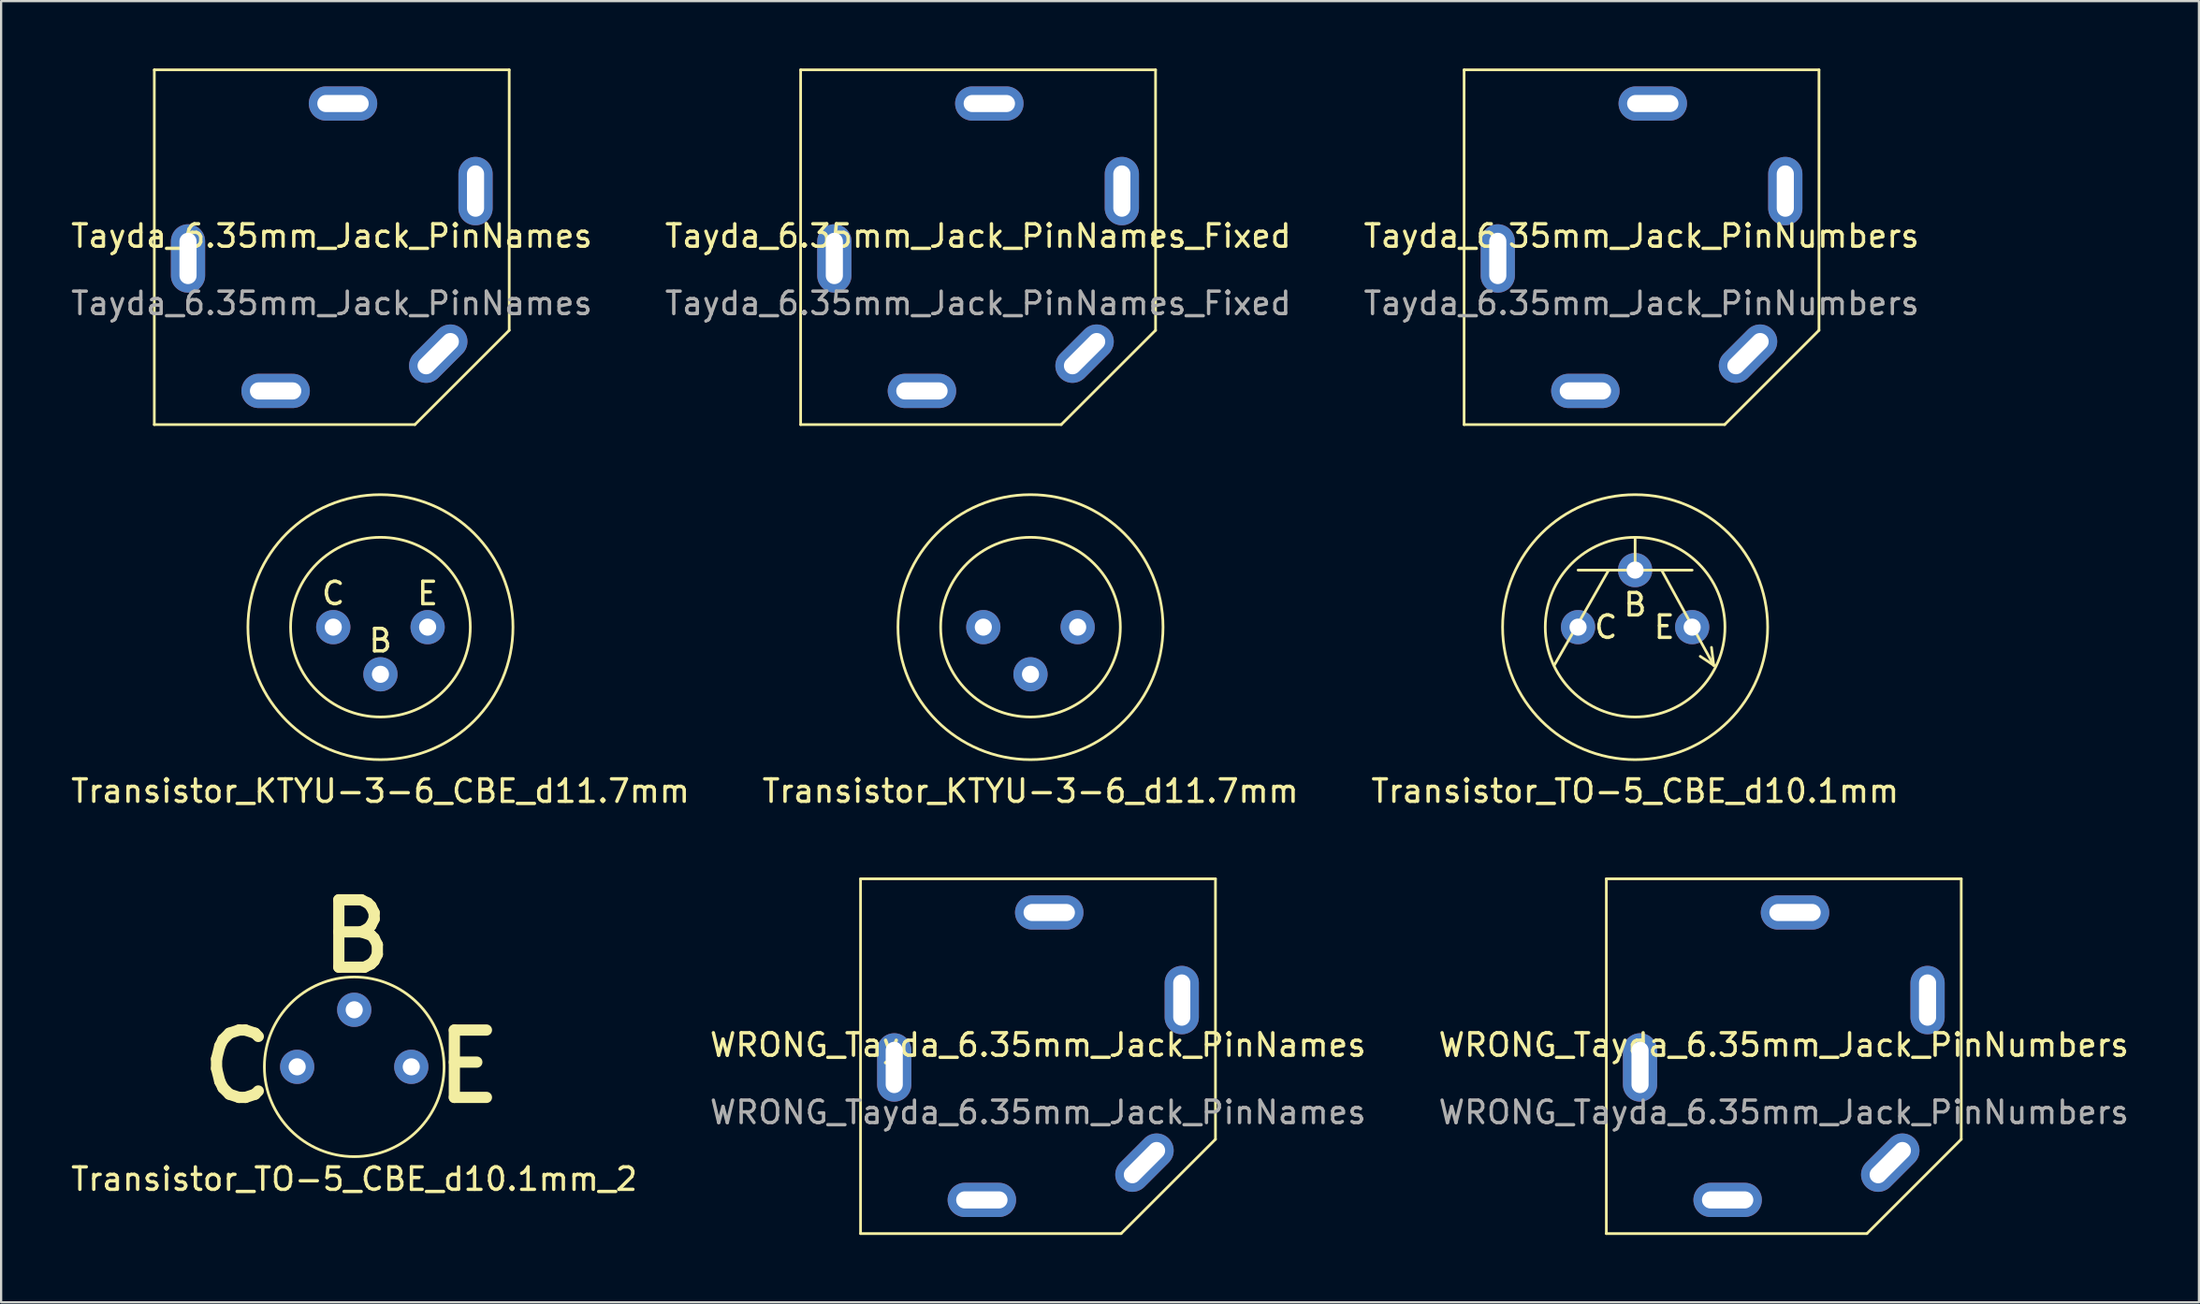
<source format=kicad_pcb>
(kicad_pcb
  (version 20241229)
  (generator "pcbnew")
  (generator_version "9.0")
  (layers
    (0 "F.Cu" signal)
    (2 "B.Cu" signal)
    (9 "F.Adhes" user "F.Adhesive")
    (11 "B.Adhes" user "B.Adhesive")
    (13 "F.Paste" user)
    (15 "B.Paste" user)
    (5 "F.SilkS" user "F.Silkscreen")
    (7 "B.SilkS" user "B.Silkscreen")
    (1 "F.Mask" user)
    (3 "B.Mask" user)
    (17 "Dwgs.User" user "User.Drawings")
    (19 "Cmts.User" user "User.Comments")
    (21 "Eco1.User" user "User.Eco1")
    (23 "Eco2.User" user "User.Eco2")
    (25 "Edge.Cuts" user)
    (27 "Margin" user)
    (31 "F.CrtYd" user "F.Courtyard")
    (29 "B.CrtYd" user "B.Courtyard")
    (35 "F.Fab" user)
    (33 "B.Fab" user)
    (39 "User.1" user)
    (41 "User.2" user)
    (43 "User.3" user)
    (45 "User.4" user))
  (footprint "Transistor_KTYU-3-6_CBE_d11.7mm"
    (layer "F.Cu")
    (at 13.887 24.88)
    (property "Reference" "Transistor_KTYU-3-6_CBE_d11.7mm" (at 0 7.3 0) (layer "F.SilkS") (effects (font (size 1 1) (thickness 0.15))))
    (attr through_hole)
    (fp_circle (center 0 0) (end 0 4) (stroke (width 0.12) (type solid)) (fill no) (layer "F.SilkS"))
    (fp_circle (center 0 0) (end 0 5.9) (stroke (width 0.12) (type solid)) (fill no) (layer "F.SilkS"))
    (fp_text user "C" (at -2.1 -1.5 0) (layer "F.SilkS") (effects (font (size 1 1) (thickness 0.15))))
    (fp_text user "B" (at 0 0.6 0) (layer "F.SilkS") (effects (font (size 1 1) (thickness 0.15))))
    (fp_text user "E" (at 2.1 -1.5 0) (layer "F.SilkS") (effects (font (size 1 1) (thickness 0.15))))
    (pad "1" thru_hole circle (at -2.1 0) (size 1.524 1.524) (drill 0.762) (layers "*.Cu" "*.Mask"))
    (pad "2" thru_hole circle (at 0 2.1) (size 1.524 1.524) (drill 0.762) (layers "*.Cu" "*.Mask"))
    (pad "3" thru_hole circle (at 2.1 0) (size 1.524 1.524) (drill 0.762) (layers "*.Cu" "*.Mask")))
  (footprint "WRONG_Tayda_6.35mm_Jack_PinNumbers"
    (layer "F.Cu")
    (at 76.363 43.988)
    (property "Reference" "WRONG_Tayda_6.35mm_Jack_PinNumbers" (at 0 -0.5 0) (unlocked yes) (layer "F.SilkS") (effects (font (size 1 1) (thickness 0.15))))
    (attr through_hole)
    (fp_line (start -7.9 -7.9) (end 7.9 -7.9) (stroke (width 0.12) (type solid)) (layer "F.SilkS"))
    (fp_line (start -7.9 7.9) (end -7.9 -7.9) (stroke (width 0.12) (type solid)) (layer "F.SilkS"))
    (fp_line (start 3.7 7.9) (end -7.9 7.9) (stroke (width 0.12) (type solid)) (layer "F.SilkS"))
    (fp_line (start 7.9 -7.9) (end 7.9 3.7) (stroke (width 0.12) (type solid)) (layer "F.SilkS"))
    (fp_line (start 7.9 3.7) (end 3.7 7.9) (stroke (width 0.12) (type solid)) (layer "F.SilkS"))
    (fp_text user "${REFERENCE}" (at 0 2.5 0) (unlocked yes) (layer "F.Fab") (effects (font (size 1 1) (thickness 0.15))))
    (pad "1" thru_hole oval (at 4.74 4.74 225) (size 3.048 1.524) (drill oval 2.286 0.762) (layers "*.Cu" "*.Mask"))
    (pad "2" thru_hole oval (at 0.5 -6.4) (size 3.048 1.524) (drill oval 2.286 0.762) (layers "*.Cu" "*.Mask"))
    (pad "3" thru_hole oval (at -6.4 0.5 90) (size 3.048 1.524) (drill oval 2.286 0.762) (layers "*.Cu" "*.Mask"))
    (pad "4" thru_hole oval (at 6.4 -2.5 270) (size 3.048 1.524) (drill oval 2.286 0.762) (layers "*.Cu" "*.Mask"))
    (pad "5" thru_hole oval (at -2.5 6.4 180) (size 3.048 1.524) (drill oval 2.286 0.762) (layers "*.Cu" "*.Mask")))
  (footprint "Tayda_6.35mm_Jack_PinNames"
    (layer "F.Cu")
    (at 11.72 7.96)
    (property "Reference" "Tayda_6.35mm_Jack_PinNames" (at 0 -0.5 0) (unlocked yes) (layer "F.SilkS") (effects (font (size 1 1) (thickness 0.15))))
    (attr through_hole)
    (fp_line (start -7.9 -7.9) (end 7.9 -7.9) (stroke (width 0.12) (type solid)) (layer "F.SilkS"))
    (fp_line (start -7.9 7.9) (end -7.9 -7.9) (stroke (width 0.12) (type solid)) (layer "F.SilkS"))
    (fp_line (start 3.7 7.9) (end -7.9 7.9) (stroke (width 0.12) (type solid)) (layer "F.SilkS"))
    (fp_line (start 7.9 -7.9) (end 7.9 3.7) (stroke (width 0.12) (type solid)) (layer "F.SilkS"))
    (fp_line (start 7.9 3.7) (end 3.7 7.9) (stroke (width 0.12) (type solid)) (layer "F.SilkS"))
    (fp_text user "${REFERENCE}" (at 0 2.5 0) (unlocked yes) (layer "F.Fab") (effects (font (size 1 1) (thickness 0.15))))
    (pad "G" thru_hole oval (at 4.74 4.74 225) (size 3.048 1.524) (drill oval 2.286 0.762) (layers "*.Cu" "*.Mask"))
    (pad "S" thru_hole oval (at -6.4 0.5 90) (size 3.048 1.524) (drill oval 2.286 0.762) (layers "*.Cu" "*.Mask"))
    (pad "SN" thru_hole oval (at -2.5 6.4 180) (size 3.048 1.524) (drill oval 2.286 0.762) (layers "*.Cu" "*.Mask"))
    (pad "T" thru_hole oval (at 0.5 -6.4) (size 3.048 1.524) (drill oval 2.286 0.762) (layers "*.Cu" "*.Mask"))
    (pad "TN" thru_hole oval (at 6.4 -2.5 270) (size 3.048 1.524) (drill oval 2.286 0.762) (layers "*.Cu" "*.Mask")))
  (footprint "Transistor_TO-5_CBE_d10.1mm_2"
    (layer "F.Cu")
    (at 12.72 44.461)
    (property "Reference" "Transistor_TO-5_CBE_d10.1mm_2" (at 0 5 0) (layer "F.SilkS") (effects (font (size 1 1) (thickness 0.15))))
    (attr through_hole)
    (fp_circle (center 0 0) (end 0 4) (stroke (width 0.12) (type solid)) (fill no) (layer "F.SilkS"))
    (fp_text user "C" (at -5.2 0 0) (layer "F.SilkS") (effects (font (size 3 3) (thickness 0.5))))
    (fp_text user "E" (at 5.1 0 0) (layer "F.SilkS") (effects (font (size 3 3) (thickness 0.5))))
    (fp_text user "B" (at 0.1 -5.8 0) (layer "F.SilkS") (effects (font (size 3 3) (thickness 0.5))))
    (pad "1" thru_hole circle (at -2.54 0) (size 1.524 1.524) (drill 0.762) (layers "*.Cu" "*.Mask"))
    (pad "2" thru_hole circle (at 0 -2.54) (size 1.524 1.524) (drill 0.762) (layers "*.Cu" "*.Mask"))
    (pad "3" thru_hole circle (at 2.54 0) (size 1.524 1.524) (drill 0.762) (layers "*.Cu" "*.Mask")))
  (footprint "Transistor_KTYU-3-6_d11.7mm"
    (layer "F.Cu")
    (at 42.827 24.88)
    (property "Reference" "Transistor_KTYU-3-6_d11.7mm" (at 0 7.3 0) (layer "F.SilkS") (effects (font (size 1 1) (thickness 0.15))))
    (attr through_hole)
    (fp_circle (center 0 0) (end 0 4) (stroke (width 0.12) (type solid)) (fill no) (layer "F.SilkS"))
    (fp_circle (center 0 0) (end 0 5.9) (stroke (width 0.12) (type solid)) (fill no) (layer "F.SilkS"))
    (pad "1" thru_hole circle (at -2.1 0) (size 1.524 1.524) (drill 0.762) (layers "*.Cu" "*.Mask"))
    (pad "2" thru_hole circle (at 0 2.1) (size 1.524 1.524) (drill 0.762) (layers "*.Cu" "*.Mask"))
    (pad "3" thru_hole circle (at 2.1 0) (size 1.524 1.524) (drill 0.762) (layers "*.Cu" "*.Mask")))
  (footprint "WRONG_Tayda_6.35mm_Jack_PinNames"
    (layer "F.Cu")
    (at 43.161 43.988)
    (property "Reference" "WRONG_Tayda_6.35mm_Jack_PinNames" (at 0 -0.5 0) (unlocked yes) (layer "F.SilkS") (effects (font (size 1 1) (thickness 0.15))))
    (attr through_hole)
    (fp_line (start -7.9 -7.9) (end 7.9 -7.9) (stroke (width 0.12) (type solid)) (layer "F.SilkS"))
    (fp_line (start -7.9 7.9) (end -7.9 -7.9) (stroke (width 0.12) (type solid)) (layer "F.SilkS"))
    (fp_line (start 3.7 7.9) (end -7.9 7.9) (stroke (width 0.12) (type solid)) (layer "F.SilkS"))
    (fp_line (start 7.9 -7.9) (end 7.9 3.7) (stroke (width 0.12) (type solid)) (layer "F.SilkS"))
    (fp_line (start 7.9 3.7) (end 3.7 7.9) (stroke (width 0.12) (type solid)) (layer "F.SilkS"))
    (fp_text user "${REFERENCE}" (at 0 2.5 0) (unlocked yes) (layer "F.Fab") (effects (font (size 1 1) (thickness 0.15))))
    (pad "G" thru_hole oval (at 4.74 4.74 225) (size 3.048 1.524) (drill oval 2.286 0.762) (layers "*.Cu" "*.Mask"))
    (pad "S" thru_hole oval (at -6.4 0.5 90) (size 3.048 1.524) (drill oval 2.286 0.762) (layers "*.Cu" "*.Mask"))
    (pad "SN" thru_hole oval (at -2.5 6.4 180) (size 3.048 1.524) (drill oval 2.286 0.762) (layers "*.Cu" "*.Mask"))
    (pad "T" thru_hole oval (at 0.5 -6.4) (size 3.048 1.524) (drill oval 2.286 0.762) (layers "*.Cu" "*.Mask"))
    (pad "TN" thru_hole oval (at 6.4 -2.5 270) (size 3.048 1.524) (drill oval 2.286 0.762) (layers "*.Cu" "*.Mask")))
  (footprint "Transistor_TO-5_CBE_d10.1mm"
    (layer "F.Cu")
    (at 69.744 24.88)
    (property "Reference" "Transistor_TO-5_CBE_d10.1mm" (at 0 7.3 0) (layer "F.SilkS") (effects (font (size 1 1) (thickness 0.15))))
    (attr through_hole)
    (fp_line (start -2.54 -2.54) (end 2.54 -2.54) (stroke (width 0.12) (type solid)) (layer "F.SilkS"))
    (fp_line (start -1.2 -2.5) (end -3.6 1.7) (stroke (width 0.12) (type solid)) (layer "F.SilkS"))
    (fp_line (start 0 -2.6) (end 0 -4) (stroke (width 0.12) (type solid)) (layer "F.SilkS"))
    (fp_line (start 1.2 -2.5) (end 3.5 1.7) (stroke (width 0.12) (type solid)) (layer "F.SilkS"))
    (fp_line (start 3.5 1.7) (end 2.9 1.3) (stroke (width 0.12) (type solid)) (layer "F.SilkS"))
    (fp_line (start 3.5 1.7) (end 3.4 0.9) (stroke (width 0.12) (type solid)) (layer "F.SilkS"))
    (fp_circle (center 0 0) (end 0 4) (stroke (width 0.12) (type solid)) (fill no) (layer "F.SilkS"))
    (fp_circle (center 0 0) (end 0 5.9) (stroke (width 0.12) (type solid)) (fill no) (layer "F.SilkS"))
    (fp_text user "B" (at 0 -1 0) (layer "F.SilkS") (effects (font (size 1 1) (thickness 0.15))))
    (fp_text user "E" (at 1.3 0 0) (layer "F.SilkS") (effects (font (size 1 1) (thickness 0.15))))
    (fp_text user "C" (at -1.3 0 0) (layer "F.SilkS") (effects (font (size 1 1) (thickness 0.15))))
    (pad "1" thru_hole circle (at -2.54 0) (size 1.524 1.524) (drill 0.762) (layers "*.Cu" "*.Mask"))
    (pad "2" thru_hole circle (at 0 -2.54) (size 1.524 1.524) (drill 0.762) (layers "*.Cu" "*.Mask"))
    (pad "3" thru_hole circle (at 2.54 0) (size 1.524 1.524) (drill 0.762) (layers "*.Cu" "*.Mask")))
  (footprint "Tayda_6.35mm_Jack_PinNames_Fixed"
    (layer "F.Cu")
    (at 40.494 7.96)
    (property "Reference" "Tayda_6.35mm_Jack_PinNames_Fixed" (at 0 -0.5 0) (unlocked yes) (layer "F.SilkS") (effects (font (size 1 1) (thickness 0.15))))
    (attr through_hole)
    (fp_line (start -7.9 -7.9) (end 7.9 -7.9) (stroke (width 0.12) (type solid)) (layer "F.SilkS"))
    (fp_line (start -7.9 7.9) (end -7.9 -7.9) (stroke (width 0.12) (type solid)) (layer "F.SilkS"))
    (fp_line (start 3.7 7.9) (end -7.9 7.9) (stroke (width 0.12) (type solid)) (layer "F.SilkS"))
    (fp_line (start 7.9 -7.9) (end 7.9 3.7) (stroke (width 0.12) (type solid)) (layer "F.SilkS"))
    (fp_line (start 7.9 3.7) (end 3.7 7.9) (stroke (width 0.12) (type solid)) (layer "F.SilkS"))
    (fp_text user "${REFERENCE}" (at 0 2.5 0) (unlocked yes) (layer "F.Fab") (effects (font (size 1 1) (thickness 0.15))))
    (pad "G" thru_hole oval (at 4.74 4.74 225) (size 3.048 1.524) (drill oval 2.286 0.762) (layers "*.Cu" "*.Mask"))
    (pad "S" thru_hole oval (at 0.5 -6.4) (size 3.048 1.524) (drill oval 2.286 0.762) (layers "*.Cu" "*.Mask"))
    (pad "SN" thru_hole oval (at 6.4 -2.5 270) (size 3.048 1.524) (drill oval 2.286 0.762) (layers "*.Cu" "*.Mask"))
    (pad "T" thru_hole oval (at -6.4 0.5 90) (size 3.048 1.524) (drill oval 2.286 0.762) (layers "*.Cu" "*.Mask"))
    (pad "TN" thru_hole oval (at -2.5 6.4 180) (size 3.048 1.524) (drill oval 2.286 0.762) (layers "*.Cu" "*.Mask")))
  (footprint "Tayda_6.35mm_Jack_PinNumbers"
    (layer "F.Cu")
    (at 70.03 7.96)
    (property "Reference" "Tayda_6.35mm_Jack_PinNumbers" (at 0 -0.5 0) (unlocked yes) (layer "F.SilkS") (effects (font (size 1 1) (thickness 0.15))))
    (attr through_hole)
    (fp_line (start -7.9 -7.9) (end 7.9 -7.9) (stroke (width 0.12) (type solid)) (layer "F.SilkS"))
    (fp_line (start -7.9 7.9) (end -7.9 -7.9) (stroke (width 0.12) (type solid)) (layer "F.SilkS"))
    (fp_line (start 3.7 7.9) (end -7.9 7.9) (stroke (width 0.12) (type solid)) (layer "F.SilkS"))
    (fp_line (start 7.9 -7.9) (end 7.9 3.7) (stroke (width 0.12) (type solid)) (layer "F.SilkS"))
    (fp_line (start 7.9 3.7) (end 3.7 7.9) (stroke (width 0.12) (type solid)) (layer "F.SilkS"))
    (fp_text user "${REFERENCE}" (at 0 2.5 0) (unlocked yes) (layer "F.Fab") (effects (font (size 1 1) (thickness 0.15))))
    (pad "1" thru_hole oval (at 4.74 4.74 225) (size 3.048 1.524) (drill oval 2.286 0.762) (layers "*.Cu" "*.Mask"))
    (pad "2" thru_hole oval (at 0.5 -6.4) (size 3.048 1.524) (drill oval 2.286 0.762) (layers "*.Cu" "*.Mask"))
    (pad "3" thru_hole oval (at -6.4 0.5 90) (size 3.048 1.524) (drill oval 2.286 0.762) (layers "*.Cu" "*.Mask"))
    (pad "4" thru_hole oval (at 6.4 -2.5 270) (size 3.048 1.524) (drill oval 2.286 0.762) (layers "*.Cu" "*.Mask"))
    (pad "5" thru_hole oval (at -2.5 6.4 180) (size 3.048 1.524) (drill oval 2.286 0.762) (layers "*.Cu" "*.Mask")))
  (gr_rect
    (start -3 -3)
    (end 94.845 54.948)
    (stroke (width 0.1) (type default))
    (fill no)
    (layer "Edge.Cuts")))
</source>
